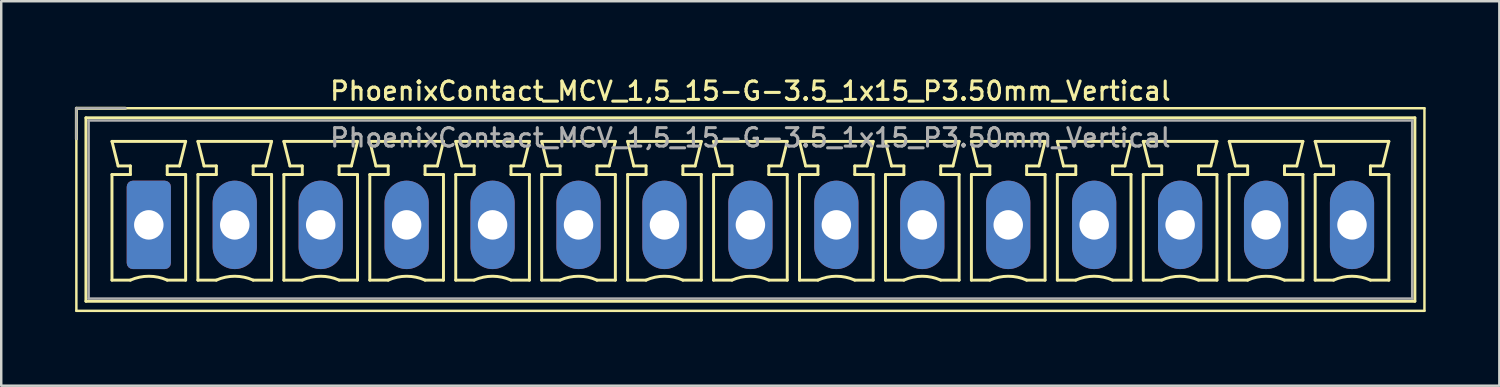
<source format=kicad_pcb>
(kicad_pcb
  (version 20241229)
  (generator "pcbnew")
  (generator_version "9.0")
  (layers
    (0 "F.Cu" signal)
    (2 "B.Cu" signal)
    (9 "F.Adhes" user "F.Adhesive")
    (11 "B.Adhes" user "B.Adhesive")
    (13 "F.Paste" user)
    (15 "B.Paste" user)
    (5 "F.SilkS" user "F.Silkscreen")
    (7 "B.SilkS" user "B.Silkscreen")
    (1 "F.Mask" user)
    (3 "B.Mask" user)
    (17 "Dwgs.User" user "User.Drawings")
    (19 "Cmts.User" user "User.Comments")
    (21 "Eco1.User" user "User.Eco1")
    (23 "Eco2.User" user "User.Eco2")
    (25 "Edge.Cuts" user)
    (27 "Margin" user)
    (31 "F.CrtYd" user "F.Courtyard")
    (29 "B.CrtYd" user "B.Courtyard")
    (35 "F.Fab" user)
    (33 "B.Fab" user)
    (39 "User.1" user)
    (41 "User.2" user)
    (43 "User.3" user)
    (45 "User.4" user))
  (footprint "PhoenixContact_MCV_1,5_15-G-3.5_1x15_P3.50mm_Vertical"
    (layer "F.Cu")
    (at 3.01 6.108)
    (property "Reference" "PhoenixContact_MCV_1,5_15-G-3.5_1x15_P3.50mm_Vertical" (at 24.5 -5.45 0) (layer "F.SilkS") (effects (font (size 0.75 0.75) (thickness 0.125))))
    (attr through_hole)
    (fp_line (start -2.95 -4.75) (end -2.95 3.5) (stroke (width 0.1) (type solid)) (layer "F.SilkS"))
    (fp_line (start -2.95 -4.75) (end -0.95 -4.75) (stroke (width 0.12) (type solid)) (layer "F.SilkS"))
    (fp_line (start -2.95 -3.5) (end -2.95 -4.75) (stroke (width 0.12) (type solid)) (layer "F.SilkS"))
    (fp_line (start -2.95 3.5) (end 51.95 3.5) (stroke (width 0.1) (type solid)) (layer "F.SilkS"))
    (fp_line (start -2.56 -4.36) (end -2.56 3.11) (stroke (width 0.12) (type solid)) (layer "F.SilkS"))
    (fp_line (start -2.56 3.11) (end 51.56 3.11) (stroke (width 0.12) (type solid)) (layer "F.SilkS"))
    (fp_line (start -1.5 -3.4) (end 1.5 -3.4) (stroke (width 0.12) (type solid)) (layer "F.SilkS"))
    (fp_line (start -1.5 -2.05) (end -0.75 -2.05) (stroke (width 0.12) (type solid)) (layer "F.SilkS"))
    (fp_line (start -1.5 2.25) (end -1.5 -2.05) (stroke (width 0.12) (type solid)) (layer "F.SilkS"))
    (fp_line (start -1.25 -2.4) (end -1.5 -3.4) (stroke (width 0.12) (type solid)) (layer "F.SilkS"))
    (fp_line (start -0.75 -2.4) (end -1.25 -2.4) (stroke (width 0.12) (type solid)) (layer "F.SilkS"))
    (fp_line (start -0.75 -2.05) (end -0.75 -2.4) (stroke (width 0.12) (type solid)) (layer "F.SilkS"))
    (fp_line (start -0.75 2.25) (end -1.5 2.25) (stroke (width 0.12) (type solid)) (layer "F.SilkS"))
    (fp_line (start 0.75 -2.4) (end 0.75 -2.05) (stroke (width 0.12) (type solid)) (layer "F.SilkS"))
    (fp_line (start 0.75 -2.05) (end 1.5 -2.05) (stroke (width 0.12) (type solid)) (layer "F.SilkS"))
    (fp_line (start 1.25 -2.4) (end 0.75 -2.4) (stroke (width 0.12) (type solid)) (layer "F.SilkS"))
    (fp_line (start 1.5 -3.4) (end 1.25 -2.4) (stroke (width 0.12) (type solid)) (layer "F.SilkS"))
    (fp_line (start 1.5 -2.05) (end 1.5 2.25) (stroke (width 0.12) (type solid)) (layer "F.SilkS"))
    (fp_line (start 1.5 2.25) (end 0.75 2.25) (stroke (width 0.12) (type solid)) (layer "F.SilkS"))
    (fp_line (start 2 -3.4) (end 5 -3.4) (stroke (width 0.12) (type solid)) (layer "F.SilkS"))
    (fp_line (start 2 -2.05) (end 2.75 -2.05) (stroke (width 0.12) (type solid)) (layer "F.SilkS"))
    (fp_line (start 2 2.25) (end 2 -2.05) (stroke (width 0.12) (type solid)) (layer "F.SilkS"))
    (fp_line (start 2.25 -2.4) (end 2 -3.4) (stroke (width 0.12) (type solid)) (layer "F.SilkS"))
    (fp_line (start 2.75 -2.4) (end 2.25 -2.4) (stroke (width 0.12) (type solid)) (layer "F.SilkS"))
    (fp_line (start 2.75 -2.05) (end 2.75 -2.4) (stroke (width 0.12) (type solid)) (layer "F.SilkS"))
    (fp_line (start 2.75 2.25) (end 2 2.25) (stroke (width 0.12) (type solid)) (layer "F.SilkS"))
    (fp_line (start 4.25 -2.4) (end 4.25 -2.05) (stroke (width 0.12) (type solid)) (layer "F.SilkS"))
    (fp_line (start 4.25 -2.05) (end 5 -2.05) (stroke (width 0.12) (type solid)) (layer "F.SilkS"))
    (fp_line (start 4.75 -2.4) (end 4.25 -2.4) (stroke (width 0.12) (type solid)) (layer "F.SilkS"))
    (fp_line (start 5 -3.4) (end 4.75 -2.4) (stroke (width 0.12) (type solid)) (layer "F.SilkS"))
    (fp_line (start 5 -2.05) (end 5 2.25) (stroke (width 0.12) (type solid)) (layer "F.SilkS"))
    (fp_line (start 5 2.25) (end 4.25 2.25) (stroke (width 0.12) (type solid)) (layer "F.SilkS"))
    (fp_line (start 5.5 -3.4) (end 8.5 -3.4) (stroke (width 0.12) (type solid)) (layer "F.SilkS"))
    (fp_line (start 5.5 -2.05) (end 6.25 -2.05) (stroke (width 0.12) (type solid)) (layer "F.SilkS"))
    (fp_line (start 5.5 2.25) (end 5.5 -2.05) (stroke (width 0.12) (type solid)) (layer "F.SilkS"))
    (fp_line (start 5.75 -2.4) (end 5.5 -3.4) (stroke (width 0.12) (type solid)) (layer "F.SilkS"))
    (fp_line (start 6.25 -2.4) (end 5.75 -2.4) (stroke (width 0.12) (type solid)) (layer "F.SilkS"))
    (fp_line (start 6.25 -2.05) (end 6.25 -2.4) (stroke (width 0.12) (type solid)) (layer "F.SilkS"))
    (fp_line (start 6.25 2.25) (end 5.5 2.25) (stroke (width 0.12) (type solid)) (layer "F.SilkS"))
    (fp_line (start 7.75 -2.4) (end 7.75 -2.05) (stroke (width 0.12) (type solid)) (layer "F.SilkS"))
    (fp_line (start 7.75 -2.05) (end 8.5 -2.05) (stroke (width 0.12) (type solid)) (layer "F.SilkS"))
    (fp_line (start 8.25 -2.4) (end 7.75 -2.4) (stroke (width 0.12) (type solid)) (layer "F.SilkS"))
    (fp_line (start 8.5 -3.4) (end 8.25 -2.4) (stroke (width 0.12) (type solid)) (layer "F.SilkS"))
    (fp_line (start 8.5 -2.05) (end 8.5 2.25) (stroke (width 0.12) (type solid)) (layer "F.SilkS"))
    (fp_line (start 8.5 2.25) (end 7.75 2.25) (stroke (width 0.12) (type solid)) (layer "F.SilkS"))
    (fp_line (start 9 -3.4) (end 12 -3.4) (stroke (width 0.12) (type solid)) (layer "F.SilkS"))
    (fp_line (start 9 -2.05) (end 9.75 -2.05) (stroke (width 0.12) (type solid)) (layer "F.SilkS"))
    (fp_line (start 9 2.25) (end 9 -2.05) (stroke (width 0.12) (type solid)) (layer "F.SilkS"))
    (fp_line (start 9.25 -2.4) (end 9 -3.4) (stroke (width 0.12) (type solid)) (layer "F.SilkS"))
    (fp_line (start 9.75 -2.4) (end 9.25 -2.4) (stroke (width 0.12) (type solid)) (layer "F.SilkS"))
    (fp_line (start 9.75 -2.05) (end 9.75 -2.4) (stroke (width 0.12) (type solid)) (layer "F.SilkS"))
    (fp_line (start 9.75 2.25) (end 9 2.25) (stroke (width 0.12) (type solid)) (layer "F.SilkS"))
    (fp_line (start 11.25 -2.4) (end 11.25 -2.05) (stroke (width 0.12) (type solid)) (layer "F.SilkS"))
    (fp_line (start 11.25 -2.05) (end 12 -2.05) (stroke (width 0.12) (type solid)) (layer "F.SilkS"))
    (fp_line (start 11.75 -2.4) (end 11.25 -2.4) (stroke (width 0.12) (type solid)) (layer "F.SilkS"))
    (fp_line (start 12 -3.4) (end 11.75 -2.4) (stroke (width 0.12) (type solid)) (layer "F.SilkS"))
    (fp_line (start 12 -2.05) (end 12 2.25) (stroke (width 0.12) (type solid)) (layer "F.SilkS"))
    (fp_line (start 12 2.25) (end 11.25 2.25) (stroke (width 0.12) (type solid)) (layer "F.SilkS"))
    (fp_line (start 12.5 -3.4) (end 15.5 -3.4) (stroke (width 0.12) (type solid)) (layer "F.SilkS"))
    (fp_line (start 12.5 -2.05) (end 13.25 -2.05) (stroke (width 0.12) (type solid)) (layer "F.SilkS"))
    (fp_line (start 12.5 2.25) (end 12.5 -2.05) (stroke (width 0.12) (type solid)) (layer "F.SilkS"))
    (fp_line (start 12.75 -2.4) (end 12.5 -3.4) (stroke (width 0.12) (type solid)) (layer "F.SilkS"))
    (fp_line (start 13.25 -2.4) (end 12.75 -2.4) (stroke (width 0.12) (type solid)) (layer "F.SilkS"))
    (fp_line (start 13.25 -2.05) (end 13.25 -2.4) (stroke (width 0.12) (type solid)) (layer "F.SilkS"))
    (fp_line (start 13.25 2.25) (end 12.5 2.25) (stroke (width 0.12) (type solid)) (layer "F.SilkS"))
    (fp_line (start 14.75 -2.4) (end 14.75 -2.05) (stroke (width 0.12) (type solid)) (layer "F.SilkS"))
    (fp_line (start 14.75 -2.05) (end 15.5 -2.05) (stroke (width 0.12) (type solid)) (layer "F.SilkS"))
    (fp_line (start 15.25 -2.4) (end 14.75 -2.4) (stroke (width 0.12) (type solid)) (layer "F.SilkS"))
    (fp_line (start 15.5 -3.4) (end 15.25 -2.4) (stroke (width 0.12) (type solid)) (layer "F.SilkS"))
    (fp_line (start 15.5 -2.05) (end 15.5 2.25) (stroke (width 0.12) (type solid)) (layer "F.SilkS"))
    (fp_line (start 15.5 2.25) (end 14.75 2.25) (stroke (width 0.12) (type solid)) (layer "F.SilkS"))
    (fp_line (start 16 -3.4) (end 19 -3.4) (stroke (width 0.12) (type solid)) (layer "F.SilkS"))
    (fp_line (start 16 -2.05) (end 16.75 -2.05) (stroke (width 0.12) (type solid)) (layer "F.SilkS"))
    (fp_line (start 16 2.25) (end 16 -2.05) (stroke (width 0.12) (type solid)) (layer "F.SilkS"))
    (fp_line (start 16.25 -2.4) (end 16 -3.4) (stroke (width 0.12) (type solid)) (layer "F.SilkS"))
    (fp_line (start 16.75 -2.4) (end 16.25 -2.4) (stroke (width 0.12) (type solid)) (layer "F.SilkS"))
    (fp_line (start 16.75 -2.05) (end 16.75 -2.4) (stroke (width 0.12) (type solid)) (layer "F.SilkS"))
    (fp_line (start 16.75 2.25) (end 16 2.25) (stroke (width 0.12) (type solid)) (layer "F.SilkS"))
    (fp_line (start 18.25 -2.4) (end 18.25 -2.05) (stroke (width 0.12) (type solid)) (layer "F.SilkS"))
    (fp_line (start 18.25 -2.05) (end 19 -2.05) (stroke (width 0.12) (type solid)) (layer "F.SilkS"))
    (fp_line (start 18.75 -2.4) (end 18.25 -2.4) (stroke (width 0.12) (type solid)) (layer "F.SilkS"))
    (fp_line (start 19 -3.4) (end 18.75 -2.4) (stroke (width 0.12) (type solid)) (layer "F.SilkS"))
    (fp_line (start 19 -2.05) (end 19 2.25) (stroke (width 0.12) (type solid)) (layer "F.SilkS"))
    (fp_line (start 19 2.25) (end 18.25 2.25) (stroke (width 0.12) (type solid)) (layer "F.SilkS"))
    (fp_line (start 19.5 -3.4) (end 22.5 -3.4) (stroke (width 0.12) (type solid)) (layer "F.SilkS"))
    (fp_line (start 19.5 -2.05) (end 20.25 -2.05) (stroke (width 0.12) (type solid)) (layer "F.SilkS"))
    (fp_line (start 19.5 2.25) (end 19.5 -2.05) (stroke (width 0.12) (type solid)) (layer "F.SilkS"))
    (fp_line (start 19.75 -2.4) (end 19.5 -3.4) (stroke (width 0.12) (type solid)) (layer "F.SilkS"))
    (fp_line (start 20.25 -2.4) (end 19.75 -2.4) (stroke (width 0.12) (type solid)) (layer "F.SilkS"))
    (fp_line (start 20.25 -2.05) (end 20.25 -2.4) (stroke (width 0.12) (type solid)) (layer "F.SilkS"))
    (fp_line (start 20.25 2.25) (end 19.5 2.25) (stroke (width 0.12) (type solid)) (layer "F.SilkS"))
    (fp_line (start 21.75 -2.4) (end 21.75 -2.05) (stroke (width 0.12) (type solid)) (layer "F.SilkS"))
    (fp_line (start 21.75 -2.05) (end 22.5 -2.05) (stroke (width 0.12) (type solid)) (layer "F.SilkS"))
    (fp_line (start 22.25 -2.4) (end 21.75 -2.4) (stroke (width 0.12) (type solid)) (layer "F.SilkS"))
    (fp_line (start 22.5 -3.4) (end 22.25 -2.4) (stroke (width 0.12) (type solid)) (layer "F.SilkS"))
    (fp_line (start 22.5 -2.05) (end 22.5 2.25) (stroke (width 0.12) (type solid)) (layer "F.SilkS"))
    (fp_line (start 22.5 2.25) (end 21.75 2.25) (stroke (width 0.12) (type solid)) (layer "F.SilkS"))
    (fp_line (start 23 -3.4) (end 26 -3.4) (stroke (width 0.12) (type solid)) (layer "F.SilkS"))
    (fp_line (start 23 -2.05) (end 23.75 -2.05) (stroke (width 0.12) (type solid)) (layer "F.SilkS"))
    (fp_line (start 23 2.25) (end 23 -2.05) (stroke (width 0.12) (type solid)) (layer "F.SilkS"))
    (fp_line (start 23.25 -2.4) (end 23 -3.4) (stroke (width 0.12) (type solid)) (layer "F.SilkS"))
    (fp_line (start 23.75 -2.4) (end 23.25 -2.4) (stroke (width 0.12) (type solid)) (layer "F.SilkS"))
    (fp_line (start 23.75 -2.05) (end 23.75 -2.4) (stroke (width 0.12) (type solid)) (layer "F.SilkS"))
    (fp_line (start 23.75 2.25) (end 23 2.25) (stroke (width 0.12) (type solid)) (layer "F.SilkS"))
    (fp_line (start 25.25 -2.4) (end 25.25 -2.05) (stroke (width 0.12) (type solid)) (layer "F.SilkS"))
    (fp_line (start 25.25 -2.05) (end 26 -2.05) (stroke (width 0.12) (type solid)) (layer "F.SilkS"))
    (fp_line (start 25.75 -2.4) (end 25.25 -2.4) (stroke (width 0.12) (type solid)) (layer "F.SilkS"))
    (fp_line (start 26 -3.4) (end 25.75 -2.4) (stroke (width 0.12) (type solid)) (layer "F.SilkS"))
    (fp_line (start 26 -2.05) (end 26 2.25) (stroke (width 0.12) (type solid)) (layer "F.SilkS"))
    (fp_line (start 26 2.25) (end 25.25 2.25) (stroke (width 0.12) (type solid)) (layer "F.SilkS"))
    (fp_line (start 26.5 -3.4) (end 29.5 -3.4) (stroke (width 0.12) (type solid)) (layer "F.SilkS"))
    (fp_line (start 26.5 -2.05) (end 27.25 -2.05) (stroke (width 0.12) (type solid)) (layer "F.SilkS"))
    (fp_line (start 26.5 2.25) (end 26.5 -2.05) (stroke (width 0.12) (type solid)) (layer "F.SilkS"))
    (fp_line (start 26.75 -2.4) (end 26.5 -3.4) (stroke (width 0.12) (type solid)) (layer "F.SilkS"))
    (fp_line (start 27.25 -2.4) (end 26.75 -2.4) (stroke (width 0.12) (type solid)) (layer "F.SilkS"))
    (fp_line (start 27.25 -2.05) (end 27.25 -2.4) (stroke (width 0.12) (type solid)) (layer "F.SilkS"))
    (fp_line (start 27.25 2.25) (end 26.5 2.25) (stroke (width 0.12) (type solid)) (layer "F.SilkS"))
    (fp_line (start 28.75 -2.4) (end 28.75 -2.05) (stroke (width 0.12) (type solid)) (layer "F.SilkS"))
    (fp_line (start 28.75 -2.05) (end 29.5 -2.05) (stroke (width 0.12) (type solid)) (layer "F.SilkS"))
    (fp_line (start 29.25 -2.4) (end 28.75 -2.4) (stroke (width 0.12) (type solid)) (layer "F.SilkS"))
    (fp_line (start 29.5 -3.4) (end 29.25 -2.4) (stroke (width 0.12) (type solid)) (layer "F.SilkS"))
    (fp_line (start 29.5 -2.05) (end 29.5 2.25) (stroke (width 0.12) (type solid)) (layer "F.SilkS"))
    (fp_line (start 29.5 2.25) (end 28.75 2.25) (stroke (width 0.12) (type solid)) (layer "F.SilkS"))
    (fp_line (start 30 -3.4) (end 33 -3.4) (stroke (width 0.12) (type solid)) (layer "F.SilkS"))
    (fp_line (start 30 -2.05) (end 30.75 -2.05) (stroke (width 0.12) (type solid)) (layer "F.SilkS"))
    (fp_line (start 30 2.25) (end 30 -2.05) (stroke (width 0.12) (type solid)) (layer "F.SilkS"))
    (fp_line (start 30.25 -2.4) (end 30 -3.4) (stroke (width 0.12) (type solid)) (layer "F.SilkS"))
    (fp_line (start 30.75 -2.4) (end 30.25 -2.4) (stroke (width 0.12) (type solid)) (layer "F.SilkS"))
    (fp_line (start 30.75 -2.05) (end 30.75 -2.4) (stroke (width 0.12) (type solid)) (layer "F.SilkS"))
    (fp_line (start 30.75 2.25) (end 30 2.25) (stroke (width 0.12) (type solid)) (layer "F.SilkS"))
    (fp_line (start 32.25 -2.4) (end 32.25 -2.05) (stroke (width 0.12) (type solid)) (layer "F.SilkS"))
    (fp_line (start 32.25 -2.05) (end 33 -2.05) (stroke (width 0.12) (type solid)) (layer "F.SilkS"))
    (fp_line (start 32.75 -2.4) (end 32.25 -2.4) (stroke (width 0.12) (type solid)) (layer "F.SilkS"))
    (fp_line (start 33 -3.4) (end 32.75 -2.4) (stroke (width 0.12) (type solid)) (layer "F.SilkS"))
    (fp_line (start 33 -2.05) (end 33 2.25) (stroke (width 0.12) (type solid)) (layer "F.SilkS"))
    (fp_line (start 33 2.25) (end 32.25 2.25) (stroke (width 0.12) (type solid)) (layer "F.SilkS"))
    (fp_line (start 33.5 -3.4) (end 36.5 -3.4) (stroke (width 0.12) (type solid)) (layer "F.SilkS"))
    (fp_line (start 33.5 -2.05) (end 34.25 -2.05) (stroke (width 0.12) (type solid)) (layer "F.SilkS"))
    (fp_line (start 33.5 2.25) (end 33.5 -2.05) (stroke (width 0.12) (type solid)) (layer "F.SilkS"))
    (fp_line (start 33.75 -2.4) (end 33.5 -3.4) (stroke (width 0.12) (type solid)) (layer "F.SilkS"))
    (fp_line (start 34.25 -2.4) (end 33.75 -2.4) (stroke (width 0.12) (type solid)) (layer "F.SilkS"))
    (fp_line (start 34.25 -2.05) (end 34.25 -2.4) (stroke (width 0.12) (type solid)) (layer "F.SilkS"))
    (fp_line (start 34.25 2.25) (end 33.5 2.25) (stroke (width 0.12) (type solid)) (layer "F.SilkS"))
    (fp_line (start 35.75 -2.4) (end 35.75 -2.05) (stroke (width 0.12) (type solid)) (layer "F.SilkS"))
    (fp_line (start 35.75 -2.05) (end 36.5 -2.05) (stroke (width 0.12) (type solid)) (layer "F.SilkS"))
    (fp_line (start 36.25 -2.4) (end 35.75 -2.4) (stroke (width 0.12) (type solid)) (layer "F.SilkS"))
    (fp_line (start 36.5 -3.4) (end 36.25 -2.4) (stroke (width 0.12) (type solid)) (layer "F.SilkS"))
    (fp_line (start 36.5 -2.05) (end 36.5 2.25) (stroke (width 0.12) (type solid)) (layer "F.SilkS"))
    (fp_line (start 36.5 2.25) (end 35.75 2.25) (stroke (width 0.12) (type solid)) (layer "F.SilkS"))
    (fp_line (start 37 -3.4) (end 40 -3.4) (stroke (width 0.12) (type solid)) (layer "F.SilkS"))
    (fp_line (start 37 -2.05) (end 37.75 -2.05) (stroke (width 0.12) (type solid)) (layer "F.SilkS"))
    (fp_line (start 37 2.25) (end 37 -2.05) (stroke (width 0.12) (type solid)) (layer "F.SilkS"))
    (fp_line (start 37.25 -2.4) (end 37 -3.4) (stroke (width 0.12) (type solid)) (layer "F.SilkS"))
    (fp_line (start 37.75 -2.4) (end 37.25 -2.4) (stroke (width 0.12) (type solid)) (layer "F.SilkS"))
    (fp_line (start 37.75 -2.05) (end 37.75 -2.4) (stroke (width 0.12) (type solid)) (layer "F.SilkS"))
    (fp_line (start 37.75 2.25) (end 37 2.25) (stroke (width 0.12) (type solid)) (layer "F.SilkS"))
    (fp_line (start 39.25 -2.4) (end 39.25 -2.05) (stroke (width 0.12) (type solid)) (layer "F.SilkS"))
    (fp_line (start 39.25 -2.05) (end 40 -2.05) (stroke (width 0.12) (type solid)) (layer "F.SilkS"))
    (fp_line (start 39.75 -2.4) (end 39.25 -2.4) (stroke (width 0.12) (type solid)) (layer "F.SilkS"))
    (fp_line (start 40 -3.4) (end 39.75 -2.4) (stroke (width 0.12) (type solid)) (layer "F.SilkS"))
    (fp_line (start 40 -2.05) (end 40 2.25) (stroke (width 0.12) (type solid)) (layer "F.SilkS"))
    (fp_line (start 40 2.25) (end 39.25 2.25) (stroke (width 0.12) (type solid)) (layer "F.SilkS"))
    (fp_line (start 40.5 -3.4) (end 43.5 -3.4) (stroke (width 0.12) (type solid)) (layer "F.SilkS"))
    (fp_line (start 40.5 -2.05) (end 41.25 -2.05) (stroke (width 0.12) (type solid)) (layer "F.SilkS"))
    (fp_line (start 40.5 2.25) (end 40.5 -2.05) (stroke (width 0.12) (type solid)) (layer "F.SilkS"))
    (fp_line (start 40.75 -2.4) (end 40.5 -3.4) (stroke (width 0.12) (type solid)) (layer "F.SilkS"))
    (fp_line (start 41.25 -2.4) (end 40.75 -2.4) (stroke (width 0.12) (type solid)) (layer "F.SilkS"))
    (fp_line (start 41.25 -2.05) (end 41.25 -2.4) (stroke (width 0.12) (type solid)) (layer "F.SilkS"))
    (fp_line (start 41.25 2.25) (end 40.5 2.25) (stroke (width 0.12) (type solid)) (layer "F.SilkS"))
    (fp_line (start 42.75 -2.4) (end 42.75 -2.05) (stroke (width 0.12) (type solid)) (layer "F.SilkS"))
    (fp_line (start 42.75 -2.05) (end 43.5 -2.05) (stroke (width 0.12) (type solid)) (layer "F.SilkS"))
    (fp_line (start 43.25 -2.4) (end 42.75 -2.4) (stroke (width 0.12) (type solid)) (layer "F.SilkS"))
    (fp_line (start 43.5 -3.4) (end 43.25 -2.4) (stroke (width 0.12) (type solid)) (layer "F.SilkS"))
    (fp_line (start 43.5 -2.05) (end 43.5 2.25) (stroke (width 0.12) (type solid)) (layer "F.SilkS"))
    (fp_line (start 43.5 2.25) (end 42.75 2.25) (stroke (width 0.12) (type solid)) (layer "F.SilkS"))
    (fp_line (start 44 -3.4) (end 47 -3.4) (stroke (width 0.12) (type solid)) (layer "F.SilkS"))
    (fp_line (start 44 -2.05) (end 44.75 -2.05) (stroke (width 0.12) (type solid)) (layer "F.SilkS"))
    (fp_line (start 44 2.25) (end 44 -2.05) (stroke (width 0.12) (type solid)) (layer "F.SilkS"))
    (fp_line (start 44.25 -2.4) (end 44 -3.4) (stroke (width 0.12) (type solid)) (layer "F.SilkS"))
    (fp_line (start 44.75 -2.4) (end 44.25 -2.4) (stroke (width 0.12) (type solid)) (layer "F.SilkS"))
    (fp_line (start 44.75 -2.05) (end 44.75 -2.4) (stroke (width 0.12) (type solid)) (layer "F.SilkS"))
    (fp_line (start 44.75 2.25) (end 44 2.25) (stroke (width 0.12) (type solid)) (layer "F.SilkS"))
    (fp_line (start 46.25 -2.4) (end 46.25 -2.05) (stroke (width 0.12) (type solid)) (layer "F.SilkS"))
    (fp_line (start 46.25 -2.05) (end 47 -2.05) (stroke (width 0.12) (type solid)) (layer "F.SilkS"))
    (fp_line (start 46.75 -2.4) (end 46.25 -2.4) (stroke (width 0.12) (type solid)) (layer "F.SilkS"))
    (fp_line (start 47 -3.4) (end 46.75 -2.4) (stroke (width 0.12) (type solid)) (layer "F.SilkS"))
    (fp_line (start 47 -2.05) (end 47 2.25) (stroke (width 0.12) (type solid)) (layer "F.SilkS"))
    (fp_line (start 47 2.25) (end 46.25 2.25) (stroke (width 0.12) (type solid)) (layer "F.SilkS"))
    (fp_line (start 47.5 -3.4) (end 50.5 -3.4) (stroke (width 0.12) (type solid)) (layer "F.SilkS"))
    (fp_line (start 47.5 -2.05) (end 48.25 -2.05) (stroke (width 0.12) (type solid)) (layer "F.SilkS"))
    (fp_line (start 47.5 2.25) (end 47.5 -2.05) (stroke (width 0.12) (type solid)) (layer "F.SilkS"))
    (fp_line (start 47.75 -2.4) (end 47.5 -3.4) (stroke (width 0.12) (type solid)) (layer "F.SilkS"))
    (fp_line (start 48.25 -2.4) (end 47.75 -2.4) (stroke (width 0.12) (type solid)) (layer "F.SilkS"))
    (fp_line (start 48.25 -2.05) (end 48.25 -2.4) (stroke (width 0.12) (type solid)) (layer "F.SilkS"))
    (fp_line (start 48.25 2.25) (end 47.5 2.25) (stroke (width 0.12) (type solid)) (layer "F.SilkS"))
    (fp_line (start 49.75 -2.4) (end 49.75 -2.05) (stroke (width 0.12) (type solid)) (layer "F.SilkS"))
    (fp_line (start 49.75 -2.05) (end 50.5 -2.05) (stroke (width 0.12) (type solid)) (layer "F.SilkS"))
    (fp_line (start 50.25 -2.4) (end 49.75 -2.4) (stroke (width 0.12) (type solid)) (layer "F.SilkS"))
    (fp_line (start 50.5 -3.4) (end 50.25 -2.4) (stroke (width 0.12) (type solid)) (layer "F.SilkS"))
    (fp_line (start 50.5 -2.05) (end 50.5 2.25) (stroke (width 0.12) (type solid)) (layer "F.SilkS"))
    (fp_line (start 50.5 2.25) (end 49.75 2.25) (stroke (width 0.12) (type solid)) (layer "F.SilkS"))
    (fp_line (start 51.56 -4.36) (end -2.56 -4.36) (stroke (width 0.12) (type solid)) (layer "F.SilkS"))
    (fp_line (start 51.56 3.11) (end 51.56 -4.36) (stroke (width 0.12) (type solid)) (layer "F.SilkS"))
    (fp_line (start 51.95 -4.75) (end -2.95 -4.75) (stroke (width 0.1) (type solid)) (layer "F.SilkS"))
    (fp_line (start 51.95 3.5) (end 51.95 -4.75) (stroke (width 0.1) (type solid)) (layer "F.SilkS"))
    (fp_arc (start -0.75 2.25) (mid -0.000193 2.09191) (end 0.749647 2.249844) (stroke (width 0.12) (type solid)) (layer "F.SilkS"))
    (fp_arc (start 2.75 2.25) (mid 3.499807 2.09191) (end 4.249647 2.249844) (stroke (width 0.12) (type solid)) (layer "F.SilkS"))
    (fp_arc (start 6.25 2.25) (mid 6.999807 2.09191) (end 7.749647 2.249844) (stroke (width 0.12) (type solid)) (layer "F.SilkS"))
    (fp_arc (start 9.75 2.25) (mid 10.499807 2.09191) (end 11.249647 2.249844) (stroke (width 0.12) (type solid)) (layer "F.SilkS"))
    (fp_arc (start 13.25 2.25) (mid 13.999807 2.09191) (end 14.749647 2.249844) (stroke (width 0.12) (type solid)) (layer "F.SilkS"))
    (fp_arc (start 16.75 2.25) (mid 17.499807 2.09191) (end 18.249647 2.249844) (stroke (width 0.12) (type solid)) (layer "F.SilkS"))
    (fp_arc (start 20.25 2.25) (mid 20.999807 2.09191) (end 21.749647 2.249844) (stroke (width 0.12) (type solid)) (layer "F.SilkS"))
    (fp_arc (start 23.75 2.25) (mid 24.499807 2.09191) (end 25.249647 2.249844) (stroke (width 0.12) (type solid)) (layer "F.SilkS"))
    (fp_arc (start 27.25 2.25) (mid 27.999807 2.09191) (end 28.749647 2.249844) (stroke (width 0.12) (type solid)) (layer "F.SilkS"))
    (fp_arc (start 30.75 2.25) (mid 31.499807 2.09191) (end 32.249647 2.249844) (stroke (width 0.12) (type solid)) (layer "F.SilkS"))
    (fp_arc (start 34.25 2.25) (mid 34.999807 2.09191) (end 35.749647 2.249844) (stroke (width 0.12) (type solid)) (layer "F.SilkS"))
    (fp_arc (start 37.75 2.25) (mid 38.499807 2.09191) (end 39.249647 2.249844) (stroke (width 0.12) (type solid)) (layer "F.SilkS"))
    (fp_arc (start 41.25 2.25) (mid 41.999807 2.09191) (end 42.749647 2.249844) (stroke (width 0.12) (type solid)) (layer "F.SilkS"))
    (fp_arc (start 44.75 2.25) (mid 45.499807 2.09191) (end 46.249647 2.249844) (stroke (width 0.12) (type solid)) (layer "F.SilkS"))
    (fp_arc (start 48.25 2.25) (mid 48.999807 2.09191) (end 49.749647 2.249844) (stroke (width 0.12) (type solid)) (layer "F.SilkS"))
    (fp_line (start -2.95 -4.75) (end -0.95 -4.75) (stroke (width 0.1) (type solid)) (layer "F.Fab"))
    (fp_line (start -2.95 -3.5) (end -2.95 -4.75) (stroke (width 0.1) (type solid)) (layer "F.Fab"))
    (fp_line (start -2.45 -4.25) (end -2.45 3) (stroke (width 0.1) (type solid)) (layer "F.Fab"))
    (fp_line (start -2.45 3) (end 51.45 3) (stroke (width 0.1) (type solid)) (layer "F.Fab"))
    (fp_line (start 51.45 -4.25) (end -2.45 -4.25) (stroke (width 0.1) (type solid)) (layer "F.Fab"))
    (fp_line (start 51.45 3) (end 51.45 -4.25) (stroke (width 0.1) (type solid)) (layer "F.Fab"))
    (fp_text user "${REFERENCE}" (at 24.5 -3.55 0) (layer "F.Fab") (effects (font (size 0.75 0.75) (thickness 0.125))))
    (pad "1" thru_hole roundrect (at 0 0) (size 1.8 3.6) (drill 1.2) (layers "*.Cu" "*.Mask") (roundrect_rratio 0.139))
    (pad "2" thru_hole oval (at 3.5 0) (size 1.8 3.6) (drill 1.2) (layers "*.Cu" "*.Mask"))
    (pad "3" thru_hole oval (at 7 0) (size 1.8 3.6) (drill 1.2) (layers "*.Cu" "*.Mask"))
    (pad "4" thru_hole oval (at 10.5 0) (size 1.8 3.6) (drill 1.2) (layers "*.Cu" "*.Mask"))
    (pad "5" thru_hole oval (at 14 0) (size 1.8 3.6) (drill 1.2) (layers "*.Cu" "*.Mask"))
    (pad "6" thru_hole oval (at 17.5 0) (size 1.8 3.6) (drill 1.2) (layers "*.Cu" "*.Mask"))
    (pad "7" thru_hole oval (at 21 0) (size 1.8 3.6) (drill 1.2) (layers "*.Cu" "*.Mask"))
    (pad "8" thru_hole oval (at 24.5 0) (size 1.8 3.6) (drill 1.2) (layers "*.Cu" "*.Mask"))
    (pad "9" thru_hole oval (at 28 0) (size 1.8 3.6) (drill 1.2) (layers "*.Cu" "*.Mask"))
    (pad "10" thru_hole oval (at 31.5 0) (size 1.8 3.6) (drill 1.2) (layers "*.Cu" "*.Mask"))
    (pad "11" thru_hole oval (at 35 0) (size 1.8 3.6) (drill 1.2) (layers "*.Cu" "*.Mask"))
    (pad "12" thru_hole oval (at 38.5 0) (size 1.8 3.6) (drill 1.2) (layers "*.Cu" "*.Mask"))
    (pad "13" thru_hole oval (at 42 0) (size 1.8 3.6) (drill 1.2) (layers "*.Cu" "*.Mask"))
    (pad "14" thru_hole oval (at 45.5 0) (size 1.8 3.6) (drill 1.2) (layers "*.Cu" "*.Mask"))
    (pad "15" thru_hole oval (at 49 0) (size 1.8 3.6) (drill 1.2) (layers "*.Cu" "*.Mask")))
  (gr_rect
    (start -3 -3)
    (end 58.01 12.658)
    (stroke (width 0.1) (type default))
    (fill no)
    (layer "Edge.Cuts")))
</source>
